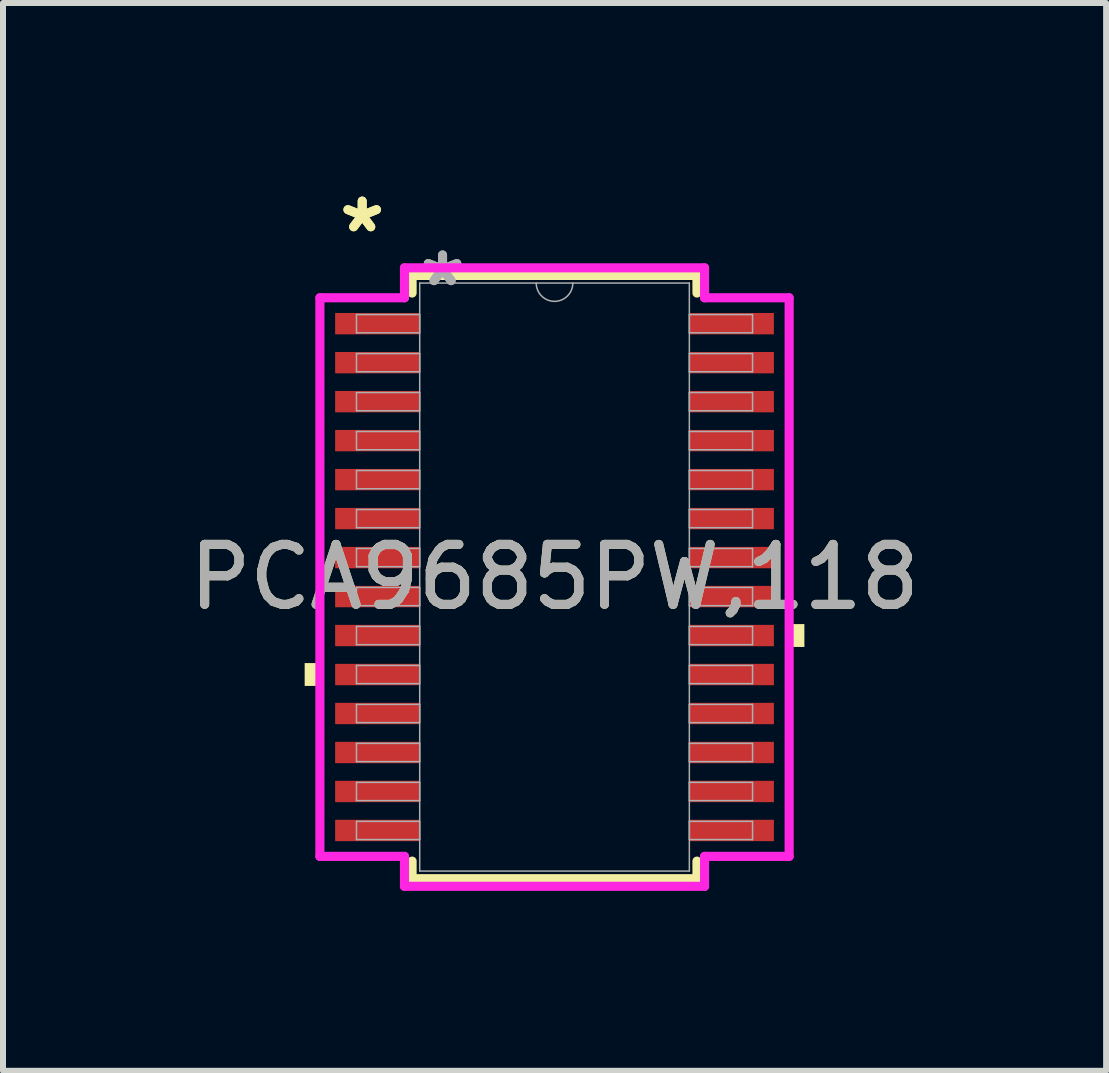
<source format=kicad_pcb>
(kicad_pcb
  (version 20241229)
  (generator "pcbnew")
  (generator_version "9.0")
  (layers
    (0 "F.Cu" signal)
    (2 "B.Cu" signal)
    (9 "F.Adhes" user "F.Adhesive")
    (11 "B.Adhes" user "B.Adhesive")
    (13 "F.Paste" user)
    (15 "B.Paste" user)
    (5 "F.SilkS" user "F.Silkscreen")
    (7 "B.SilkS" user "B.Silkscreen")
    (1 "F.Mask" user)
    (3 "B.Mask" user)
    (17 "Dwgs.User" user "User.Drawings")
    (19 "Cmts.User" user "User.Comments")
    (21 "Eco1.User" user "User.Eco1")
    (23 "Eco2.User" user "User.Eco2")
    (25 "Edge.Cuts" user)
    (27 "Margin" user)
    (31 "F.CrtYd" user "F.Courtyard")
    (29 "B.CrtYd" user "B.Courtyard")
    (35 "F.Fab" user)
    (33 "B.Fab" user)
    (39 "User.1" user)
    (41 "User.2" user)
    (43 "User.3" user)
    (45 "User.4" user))
  (footprint "PCA9685PW,118"
    (layer "F.Cu")
    (at 6.196 6.572)
    (property "Reference" "PCA9685PW,118" (at 0 0 0) (unlocked yes) (layer "F.SilkS") (effects (font (size 1 1) (thickness 0.15))))
    (attr smd)
    (fp_line (start -2.375 -5.029) (end -2.375 -4.736) (stroke (width 0.152) (type solid)) (layer "F.SilkS"))
    (fp_line (start -2.375 4.736) (end -2.375 5.029) (stroke (width 0.152) (type solid)) (layer "F.SilkS"))
    (fp_line (start -2.375 5.029) (end 2.375 5.029) (stroke (width 0.152) (type solid)) (layer "F.SilkS"))
    (fp_line (start 2.375 -5.029) (end -2.375 -5.029) (stroke (width 0.152) (type solid)) (layer "F.SilkS"))
    (fp_line (start 2.375 -4.736) (end 2.375 -5.029) (stroke (width 0.152) (type solid)) (layer "F.SilkS"))
    (fp_line (start 2.375 5.029) (end 2.375 4.736) (stroke (width 0.152) (type solid)) (layer "F.SilkS"))
    (fp_poly (pts (xy -4.166 1.434) (xy -4.166 1.815) (xy -3.912 1.815) (xy -3.912 1.434)) (stroke (width 0) (type solid)) (fill yes) (layer "F.SilkS"))
    (fp_poly (pts (xy 4.166 0.784) (xy 4.166 1.165) (xy 3.912 1.165) (xy 3.912 0.784)) (stroke (width 0) (type solid)) (fill yes) (layer "F.SilkS"))
    (fp_line (start -3.912 -4.657) (end -2.502 -4.657) (stroke (width 0.152) (type solid)) (layer "F.CrtYd"))
    (fp_line (start -3.912 4.657) (end -3.912 -4.657) (stroke (width 0.152) (type solid)) (layer "F.CrtYd"))
    (fp_line (start -3.912 4.657) (end -2.502 4.657) (stroke (width 0.152) (type solid)) (layer "F.CrtYd"))
    (fp_line (start -2.502 -5.156) (end 2.502 -5.156) (stroke (width 0.152) (type solid)) (layer "F.CrtYd"))
    (fp_line (start -2.502 -4.657) (end -2.502 -5.156) (stroke (width 0.152) (type solid)) (layer "F.CrtYd"))
    (fp_line (start -2.502 5.156) (end -2.502 4.657) (stroke (width 0.152) (type solid)) (layer "F.CrtYd"))
    (fp_line (start 2.502 -5.156) (end 2.502 -4.657) (stroke (width 0.152) (type solid)) (layer "F.CrtYd"))
    (fp_line (start 2.502 4.657) (end 2.502 5.156) (stroke (width 0.152) (type solid)) (layer "F.CrtYd"))
    (fp_line (start 2.502 5.156) (end -2.502 5.156) (stroke (width 0.152) (type solid)) (layer "F.CrtYd"))
    (fp_line (start 3.912 -4.657) (end 2.502 -4.657) (stroke (width 0.152) (type solid)) (layer "F.CrtYd"))
    (fp_line (start 3.912 -4.657) (end 3.912 4.657) (stroke (width 0.152) (type solid)) (layer "F.CrtYd"))
    (fp_line (start 3.912 4.657) (end 2.502 4.657) (stroke (width 0.152) (type solid)) (layer "F.CrtYd"))
    (fp_line (start -3.302 -4.377) (end -3.302 -4.073) (stroke (width 0.025) (type solid)) (layer "F.Fab"))
    (fp_line (start -3.302 -4.073) (end -2.248 -4.073) (stroke (width 0.025) (type solid)) (layer "F.Fab"))
    (fp_line (start -3.302 -3.727) (end -3.302 -3.423) (stroke (width 0.025) (type solid)) (layer "F.Fab"))
    (fp_line (start -3.302 -3.423) (end -2.248 -3.423) (stroke (width 0.025) (type solid)) (layer "F.Fab"))
    (fp_line (start -3.302 -3.077) (end -3.302 -2.773) (stroke (width 0.025) (type solid)) (layer "F.Fab"))
    (fp_line (start -3.302 -2.773) (end -2.248 -2.773) (stroke (width 0.025) (type solid)) (layer "F.Fab"))
    (fp_line (start -3.302 -2.427) (end -3.302 -2.123) (stroke (width 0.025) (type solid)) (layer "F.Fab"))
    (fp_line (start -3.302 -2.123) (end -2.248 -2.123) (stroke (width 0.025) (type solid)) (layer "F.Fab"))
    (fp_line (start -3.302 -1.777) (end -3.302 -1.473) (stroke (width 0.025) (type solid)) (layer "F.Fab"))
    (fp_line (start -3.302 -1.473) (end -2.248 -1.473) (stroke (width 0.025) (type solid)) (layer "F.Fab"))
    (fp_line (start -3.302 -1.127) (end -3.302 -0.823) (stroke (width 0.025) (type solid)) (layer "F.Fab"))
    (fp_line (start -3.302 -0.823) (end -2.248 -0.823) (stroke (width 0.025) (type solid)) (layer "F.Fab"))
    (fp_line (start -3.302 -0.477) (end -3.302 -0.173) (stroke (width 0.025) (type solid)) (layer "F.Fab"))
    (fp_line (start -3.302 -0.173) (end -2.248 -0.173) (stroke (width 0.025) (type solid)) (layer "F.Fab"))
    (fp_line (start -3.302 0.173) (end -3.302 0.477) (stroke (width 0.025) (type solid)) (layer "F.Fab"))
    (fp_line (start -3.302 0.477) (end -2.248 0.477) (stroke (width 0.025) (type solid)) (layer "F.Fab"))
    (fp_line (start -3.302 0.823) (end -3.302 1.127) (stroke (width 0.025) (type solid)) (layer "F.Fab"))
    (fp_line (start -3.302 1.127) (end -2.248 1.127) (stroke (width 0.025) (type solid)) (layer "F.Fab"))
    (fp_line (start -3.302 1.473) (end -3.302 1.777) (stroke (width 0.025) (type solid)) (layer "F.Fab"))
    (fp_line (start -3.302 1.777) (end -2.248 1.777) (stroke (width 0.025) (type solid)) (layer "F.Fab"))
    (fp_line (start -3.302 2.123) (end -3.302 2.427) (stroke (width 0.025) (type solid)) (layer "F.Fab"))
    (fp_line (start -3.302 2.427) (end -2.248 2.427) (stroke (width 0.025) (type solid)) (layer "F.Fab"))
    (fp_line (start -3.302 2.773) (end -3.302 3.077) (stroke (width 0.025) (type solid)) (layer "F.Fab"))
    (fp_line (start -3.302 3.077) (end -2.248 3.077) (stroke (width 0.025) (type solid)) (layer "F.Fab"))
    (fp_line (start -3.302 3.423) (end -3.302 3.727) (stroke (width 0.025) (type solid)) (layer "F.Fab"))
    (fp_line (start -3.302 3.727) (end -2.248 3.727) (stroke (width 0.025) (type solid)) (layer "F.Fab"))
    (fp_line (start -3.302 4.073) (end -3.302 4.377) (stroke (width 0.025) (type solid)) (layer "F.Fab"))
    (fp_line (start -3.302 4.377) (end -2.248 4.377) (stroke (width 0.025) (type solid)) (layer "F.Fab"))
    (fp_line (start -2.248 -4.902) (end -2.248 4.902) (stroke (width 0.025) (type solid)) (layer "F.Fab"))
    (fp_line (start -2.248 -4.377) (end -3.302 -4.377) (stroke (width 0.025) (type solid)) (layer "F.Fab"))
    (fp_line (start -2.248 -4.073) (end -2.248 -4.377) (stroke (width 0.025) (type solid)) (layer "F.Fab"))
    (fp_line (start -2.248 -3.727) (end -3.302 -3.727) (stroke (width 0.025) (type solid)) (layer "F.Fab"))
    (fp_line (start -2.248 -3.423) (end -2.248 -3.727) (stroke (width 0.025) (type solid)) (layer "F.Fab"))
    (fp_line (start -2.248 -3.077) (end -3.302 -3.077) (stroke (width 0.025) (type solid)) (layer "F.Fab"))
    (fp_line (start -2.248 -2.773) (end -2.248 -3.077) (stroke (width 0.025) (type solid)) (layer "F.Fab"))
    (fp_line (start -2.248 -2.427) (end -3.302 -2.427) (stroke (width 0.025) (type solid)) (layer "F.Fab"))
    (fp_line (start -2.248 -2.123) (end -2.248 -2.427) (stroke (width 0.025) (type solid)) (layer "F.Fab"))
    (fp_line (start -2.248 -1.777) (end -3.302 -1.777) (stroke (width 0.025) (type solid)) (layer "F.Fab"))
    (fp_line (start -2.248 -1.473) (end -2.248 -1.777) (stroke (width 0.025) (type solid)) (layer "F.Fab"))
    (fp_line (start -2.248 -1.127) (end -3.302 -1.127) (stroke (width 0.025) (type solid)) (layer "F.Fab"))
    (fp_line (start -2.248 -0.823) (end -2.248 -1.127) (stroke (width 0.025) (type solid)) (layer "F.Fab"))
    (fp_line (start -2.248 -0.477) (end -3.302 -0.477) (stroke (width 0.025) (type solid)) (layer "F.Fab"))
    (fp_line (start -2.248 -0.173) (end -2.248 -0.477) (stroke (width 0.025) (type solid)) (layer "F.Fab"))
    (fp_line (start -2.248 0.173) (end -3.302 0.173) (stroke (width 0.025) (type solid)) (layer "F.Fab"))
    (fp_line (start -2.248 0.477) (end -2.248 0.173) (stroke (width 0.025) (type solid)) (layer "F.Fab"))
    (fp_line (start -2.248 0.823) (end -3.302 0.823) (stroke (width 0.025) (type solid)) (layer "F.Fab"))
    (fp_line (start -2.248 1.127) (end -2.248 0.823) (stroke (width 0.025) (type solid)) (layer "F.Fab"))
    (fp_line (start -2.248 1.473) (end -3.302 1.473) (stroke (width 0.025) (type solid)) (layer "F.Fab"))
    (fp_line (start -2.248 1.777) (end -2.248 1.473) (stroke (width 0.025) (type solid)) (layer "F.Fab"))
    (fp_line (start -2.248 2.123) (end -3.302 2.123) (stroke (width 0.025) (type solid)) (layer "F.Fab"))
    (fp_line (start -2.248 2.427) (end -2.248 2.123) (stroke (width 0.025) (type solid)) (layer "F.Fab"))
    (fp_line (start -2.248 2.773) (end -3.302 2.773) (stroke (width 0.025) (type solid)) (layer "F.Fab"))
    (fp_line (start -2.248 3.077) (end -2.248 2.773) (stroke (width 0.025) (type solid)) (layer "F.Fab"))
    (fp_line (start -2.248 3.423) (end -3.302 3.423) (stroke (width 0.025) (type solid)) (layer "F.Fab"))
    (fp_line (start -2.248 3.727) (end -2.248 3.423) (stroke (width 0.025) (type solid)) (layer "F.Fab"))
    (fp_line (start -2.248 4.073) (end -3.302 4.073) (stroke (width 0.025) (type solid)) (layer "F.Fab"))
    (fp_line (start -2.248 4.377) (end -2.248 4.073) (stroke (width 0.025) (type solid)) (layer "F.Fab"))
    (fp_line (start -2.248 4.902) (end 2.248 4.902) (stroke (width 0.025) (type solid)) (layer "F.Fab"))
    (fp_line (start 2.248 -4.902) (end -2.248 -4.902) (stroke (width 0.025) (type solid)) (layer "F.Fab"))
    (fp_line (start 2.248 -4.377) (end 2.248 -4.073) (stroke (width 0.025) (type solid)) (layer "F.Fab"))
    (fp_line (start 2.248 -4.073) (end 3.302 -4.073) (stroke (width 0.025) (type solid)) (layer "F.Fab"))
    (fp_line (start 2.248 -3.727) (end 2.248 -3.423) (stroke (width 0.025) (type solid)) (layer "F.Fab"))
    (fp_line (start 2.248 -3.423) (end 3.302 -3.423) (stroke (width 0.025) (type solid)) (layer "F.Fab"))
    (fp_line (start 2.248 -3.077) (end 2.248 -2.773) (stroke (width 0.025) (type solid)) (layer "F.Fab"))
    (fp_line (start 2.248 -2.773) (end 3.302 -2.773) (stroke (width 0.025) (type solid)) (layer "F.Fab"))
    (fp_line (start 2.248 -2.427) (end 2.248 -2.123) (stroke (width 0.025) (type solid)) (layer "F.Fab"))
    (fp_line (start 2.248 -2.123) (end 3.302 -2.123) (stroke (width 0.025) (type solid)) (layer "F.Fab"))
    (fp_line (start 2.248 -1.777) (end 2.248 -1.473) (stroke (width 0.025) (type solid)) (layer "F.Fab"))
    (fp_line (start 2.248 -1.473) (end 3.302 -1.473) (stroke (width 0.025) (type solid)) (layer "F.Fab"))
    (fp_line (start 2.248 -1.127) (end 2.248 -0.823) (stroke (width 0.025) (type solid)) (layer "F.Fab"))
    (fp_line (start 2.248 -0.823) (end 3.302 -0.823) (stroke (width 0.025) (type solid)) (layer "F.Fab"))
    (fp_line (start 2.248 -0.477) (end 2.248 -0.173) (stroke (width 0.025) (type solid)) (layer "F.Fab"))
    (fp_line (start 2.248 -0.173) (end 3.302 -0.173) (stroke (width 0.025) (type solid)) (layer "F.Fab"))
    (fp_line (start 2.248 0.173) (end 2.248 0.477) (stroke (width 0.025) (type solid)) (layer "F.Fab"))
    (fp_line (start 2.248 0.477) (end 3.302 0.477) (stroke (width 0.025) (type solid)) (layer "F.Fab"))
    (fp_line (start 2.248 0.823) (end 2.248 1.127) (stroke (width 0.025) (type solid)) (layer "F.Fab"))
    (fp_line (start 2.248 1.127) (end 3.302 1.127) (stroke (width 0.025) (type solid)) (layer "F.Fab"))
    (fp_line (start 2.248 1.473) (end 2.248 1.777) (stroke (width 0.025) (type solid)) (layer "F.Fab"))
    (fp_line (start 2.248 1.777) (end 3.302 1.777) (stroke (width 0.025) (type solid)) (layer "F.Fab"))
    (fp_line (start 2.248 2.123) (end 2.248 2.427) (stroke (width 0.025) (type solid)) (layer "F.Fab"))
    (fp_line (start 2.248 2.427) (end 3.302 2.427) (stroke (width 0.025) (type solid)) (layer "F.Fab"))
    (fp_line (start 2.248 2.773) (end 2.248 3.077) (stroke (width 0.025) (type solid)) (layer "F.Fab"))
    (fp_line (start 2.248 3.077) (end 3.302 3.077) (stroke (width 0.025) (type solid)) (layer "F.Fab"))
    (fp_line (start 2.248 3.423) (end 2.248 3.727) (stroke (width 0.025) (type solid)) (layer "F.Fab"))
    (fp_line (start 2.248 3.727) (end 3.302 3.727) (stroke (width 0.025) (type solid)) (layer "F.Fab"))
    (fp_line (start 2.248 4.073) (end 2.248 4.377) (stroke (width 0.025) (type solid)) (layer "F.Fab"))
    (fp_line (start 2.248 4.377) (end 3.302 4.377) (stroke (width 0.025) (type solid)) (layer "F.Fab"))
    (fp_line (start 2.248 4.902) (end 2.248 -4.902) (stroke (width 0.025) (type solid)) (layer "F.Fab"))
    (fp_line (start 3.302 -4.377) (end 2.248 -4.377) (stroke (width 0.025) (type solid)) (layer "F.Fab"))
    (fp_line (start 3.302 -4.073) (end 3.302 -4.377) (stroke (width 0.025) (type solid)) (layer "F.Fab"))
    (fp_line (start 3.302 -3.727) (end 2.248 -3.727) (stroke (width 0.025) (type solid)) (layer "F.Fab"))
    (fp_line (start 3.302 -3.423) (end 3.302 -3.727) (stroke (width 0.025) (type solid)) (layer "F.Fab"))
    (fp_line (start 3.302 -3.077) (end 2.248 -3.077) (stroke (width 0.025) (type solid)) (layer "F.Fab"))
    (fp_line (start 3.302 -2.773) (end 3.302 -3.077) (stroke (width 0.025) (type solid)) (layer "F.Fab"))
    (fp_line (start 3.302 -2.427) (end 2.248 -2.427) (stroke (width 0.025) (type solid)) (layer "F.Fab"))
    (fp_line (start 3.302 -2.123) (end 3.302 -2.427) (stroke (width 0.025) (type solid)) (layer "F.Fab"))
    (fp_line (start 3.302 -1.777) (end 2.248 -1.777) (stroke (width 0.025) (type solid)) (layer "F.Fab"))
    (fp_line (start 3.302 -1.473) (end 3.302 -1.777) (stroke (width 0.025) (type solid)) (layer "F.Fab"))
    (fp_line (start 3.302 -1.127) (end 2.248 -1.127) (stroke (width 0.025) (type solid)) (layer "F.Fab"))
    (fp_line (start 3.302 -0.823) (end 3.302 -1.127) (stroke (width 0.025) (type solid)) (layer "F.Fab"))
    (fp_line (start 3.302 -0.477) (end 2.248 -0.477) (stroke (width 0.025) (type solid)) (layer "F.Fab"))
    (fp_line (start 3.302 -0.173) (end 3.302 -0.477) (stroke (width 0.025) (type solid)) (layer "F.Fab"))
    (fp_line (start 3.302 0.173) (end 2.248 0.173) (stroke (width 0.025) (type solid)) (layer "F.Fab"))
    (fp_line (start 3.302 0.477) (end 3.302 0.173) (stroke (width 0.025) (type solid)) (layer "F.Fab"))
    (fp_line (start 3.302 0.823) (end 2.248 0.823) (stroke (width 0.025) (type solid)) (layer "F.Fab"))
    (fp_line (start 3.302 1.127) (end 3.302 0.823) (stroke (width 0.025) (type solid)) (layer "F.Fab"))
    (fp_line (start 3.302 1.473) (end 2.248 1.473) (stroke (width 0.025) (type solid)) (layer "F.Fab"))
    (fp_line (start 3.302 1.777) (end 3.302 1.473) (stroke (width 0.025) (type solid)) (layer "F.Fab"))
    (fp_line (start 3.302 2.123) (end 2.248 2.123) (stroke (width 0.025) (type solid)) (layer "F.Fab"))
    (fp_line (start 3.302 2.427) (end 3.302 2.123) (stroke (width 0.025) (type solid)) (layer "F.Fab"))
    (fp_line (start 3.302 2.773) (end 2.248 2.773) (stroke (width 0.025) (type solid)) (layer "F.Fab"))
    (fp_line (start 3.302 3.077) (end 3.302 2.773) (stroke (width 0.025) (type solid)) (layer "F.Fab"))
    (fp_line (start 3.302 3.423) (end 2.248 3.423) (stroke (width 0.025) (type solid)) (layer "F.Fab"))
    (fp_line (start 3.302 3.727) (end 3.302 3.423) (stroke (width 0.025) (type solid)) (layer "F.Fab"))
    (fp_line (start 3.302 4.073) (end 2.248 4.073) (stroke (width 0.025) (type solid)) (layer "F.Fab"))
    (fp_line (start 3.302 4.377) (end 3.302 4.073) (stroke (width 0.025) (type solid)) (layer "F.Fab"))
    (fp_arc (start 0.3048 -4.9022) (mid 0 -4.5974) (end -0.3048 -4.9022) (stroke (width 0.0254) (type solid)) (layer "F.Fab"))
    (fp_text user "*" (at -3.207 -5.724 0) (unlocked yes) (layer "F.SilkS") (effects (font (size 1 1) (thickness 0.15))))
    (fp_text user "*" (at -3.207 -5.724 0) (layer "F.SilkS") (effects (font (size 1 1) (thickness 0.15))))
    (fp_text user "*" (at -1.867 -4.826 0) (unlocked yes) (layer "F.Fab") (effects (font (size 1 1) (thickness 0.15))))
    (fp_text user "*" (at -1.867 -4.826 0) (layer "F.Fab") (effects (font (size 1 1) (thickness 0.15))))
    (fp_text user "${REFERENCE}" (at 0 0 0) (unlocked yes) (layer "F.Fab") (effects (font (size 1 1) (thickness 0.15))))
    (pad "1" smd rect (at -2.953 -4.225) (size 1.41 0.356) (layers "F.Cu" "F.Mask" "F.Paste"))
    (pad "2" smd rect (at -2.953 -3.575) (size 1.41 0.356) (layers "F.Cu" "F.Mask" "F.Paste"))
    (pad "3" smd rect (at -2.953 -2.925) (size 1.41 0.356) (layers "F.Cu" "F.Mask" "F.Paste"))
    (pad "4" smd rect (at -2.953 -2.275) (size 1.41 0.356) (layers "F.Cu" "F.Mask" "F.Paste"))
    (pad "5" smd rect (at -2.953 -1.625) (size 1.41 0.356) (layers "F.Cu" "F.Mask" "F.Paste"))
    (pad "6" smd rect (at -2.953 -0.975) (size 1.41 0.356) (layers "F.Cu" "F.Mask" "F.Paste"))
    (pad "7" smd rect (at -2.953 -0.325) (size 1.41 0.356) (layers "F.Cu" "F.Mask" "F.Paste"))
    (pad "8" smd rect (at -2.953 0.325) (size 1.41 0.356) (layers "F.Cu" "F.Mask" "F.Paste"))
    (pad "9" smd rect (at -2.953 0.975) (size 1.41 0.356) (layers "F.Cu" "F.Mask" "F.Paste"))
    (pad "10" smd rect (at -2.953 1.625) (size 1.41 0.356) (layers "F.Cu" "F.Mask" "F.Paste"))
    (pad "11" smd rect (at -2.953 2.275) (size 1.41 0.356) (layers "F.Cu" "F.Mask" "F.Paste"))
    (pad "12" smd rect (at -2.953 2.925) (size 1.41 0.356) (layers "F.Cu" "F.Mask" "F.Paste"))
    (pad "13" smd rect (at -2.953 3.575) (size 1.41 0.356) (layers "F.Cu" "F.Mask" "F.Paste"))
    (pad "14" smd rect (at -2.953 4.225) (size 1.41 0.356) (layers "F.Cu" "F.Mask" "F.Paste"))
    (pad "15" smd rect (at 2.953 4.225) (size 1.41 0.356) (layers "F.Cu" "F.Mask" "F.Paste"))
    (pad "16" smd rect (at 2.953 3.575) (size 1.41 0.356) (layers "F.Cu" "F.Mask" "F.Paste"))
    (pad "17" smd rect (at 2.953 2.925) (size 1.41 0.356) (layers "F.Cu" "F.Mask" "F.Paste"))
    (pad "18" smd rect (at 2.953 2.275) (size 1.41 0.356) (layers "F.Cu" "F.Mask" "F.Paste"))
    (pad "19" smd rect (at 2.953 1.625) (size 1.41 0.356) (layers "F.Cu" "F.Mask" "F.Paste"))
    (pad "20" smd rect (at 2.953 0.975) (size 1.41 0.356) (layers "F.Cu" "F.Mask" "F.Paste"))
    (pad "21" smd rect (at 2.953 0.325) (size 1.41 0.356) (layers "F.Cu" "F.Mask" "F.Paste"))
    (pad "22" smd rect (at 2.953 -0.325) (size 1.41 0.356) (layers "F.Cu" "F.Mask" "F.Paste"))
    (pad "23" smd rect (at 2.953 -0.975) (size 1.41 0.356) (layers "F.Cu" "F.Mask" "F.Paste"))
    (pad "24" smd rect (at 2.953 -1.625) (size 1.41 0.356) (layers "F.Cu" "F.Mask" "F.Paste"))
    (pad "25" smd rect (at 2.953 -2.275) (size 1.41 0.356) (layers "F.Cu" "F.Mask" "F.Paste"))
    (pad "26" smd rect (at 2.953 -2.925) (size 1.41 0.356) (layers "F.Cu" "F.Mask" "F.Paste"))
    (pad "27" smd rect (at 2.953 -3.575) (size 1.41 0.356) (layers "F.Cu" "F.Mask" "F.Paste"))
    (pad "28" smd rect (at 2.953 -4.225) (size 1.41 0.356) (layers "F.Cu" "F.Mask" "F.Paste")))
  (gr_rect
    (start -3 -3)
    (end 15.393 14.804)
    (stroke (width 0.1) (type default))
    (fill no)
    (layer "Edge.Cuts")))
</source>
